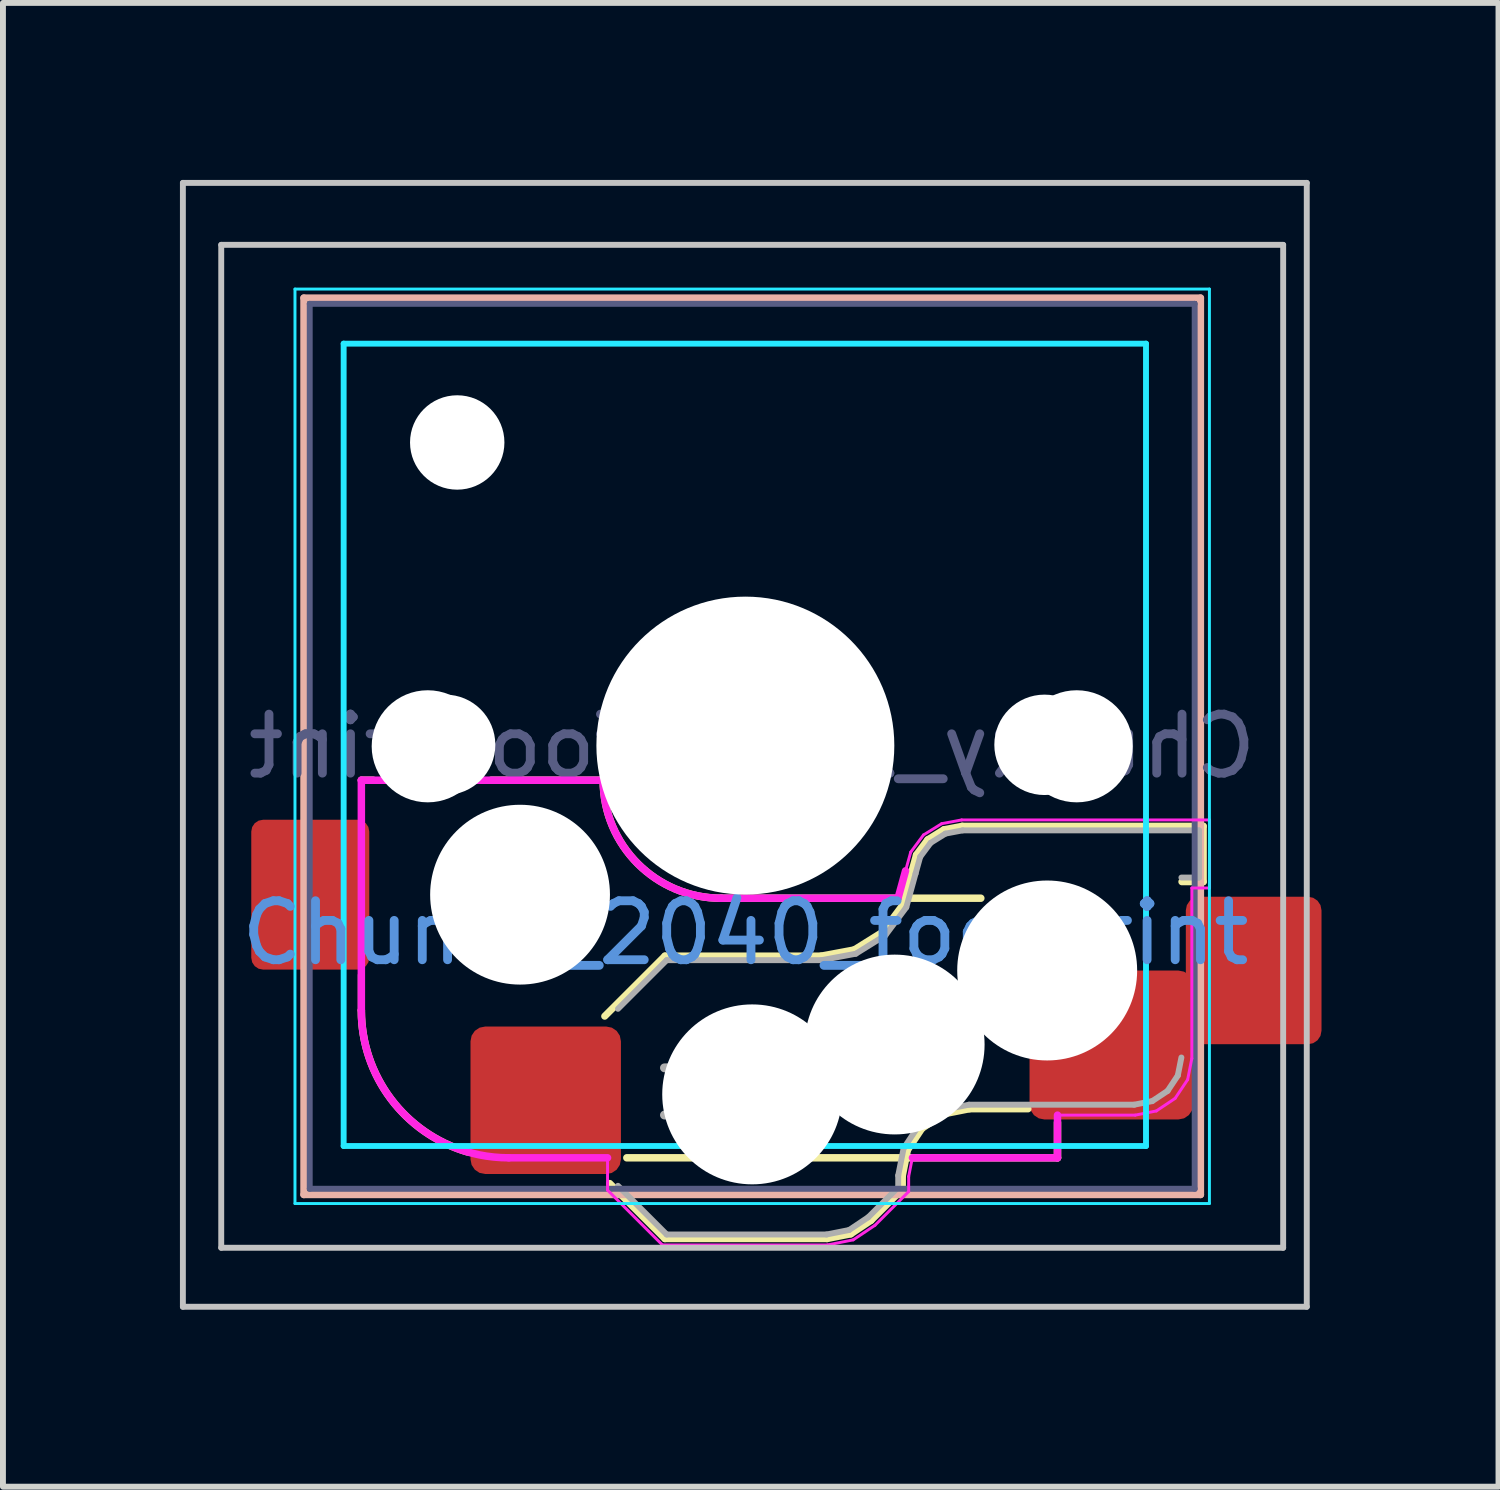
<source format=kicad_pcb>
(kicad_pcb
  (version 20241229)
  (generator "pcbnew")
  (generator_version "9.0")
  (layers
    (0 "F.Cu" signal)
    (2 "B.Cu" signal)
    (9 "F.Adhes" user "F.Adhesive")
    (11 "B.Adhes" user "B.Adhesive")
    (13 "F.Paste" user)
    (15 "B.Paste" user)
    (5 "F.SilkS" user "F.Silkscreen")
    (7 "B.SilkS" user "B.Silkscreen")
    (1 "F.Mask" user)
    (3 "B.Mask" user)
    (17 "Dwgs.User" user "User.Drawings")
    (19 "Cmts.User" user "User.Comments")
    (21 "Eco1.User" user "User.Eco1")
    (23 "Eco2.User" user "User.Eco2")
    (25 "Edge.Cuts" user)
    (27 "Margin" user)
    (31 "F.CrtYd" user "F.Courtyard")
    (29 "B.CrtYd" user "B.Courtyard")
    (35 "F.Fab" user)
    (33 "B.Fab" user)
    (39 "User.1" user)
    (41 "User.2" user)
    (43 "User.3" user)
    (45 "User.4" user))
  (footprint "Chunky_2040_footprint"
    (layer "F.Cu")
    (at 9.584 9.588)
    (property "Reference" "Chunky_2040_footprint" (at 0 3.175 0) (layer "Cmts.User") (effects (font (size 1 1) (thickness 0.15))))
    (attr smd)
    (fp_line (start -6.509 4.487) (end -6.509 3.887) (stroke (width 0.12) (type solid)) (layer "F.SilkS"))
    (fp_line (start -6.509 0.587) (end -6.309 0.587) (stroke (width 0.127) (type solid)) (layer "F.SilkS"))
    (fp_line (start -4.309 0.587) (end -2.409 0.587) (stroke (width 0.127) (type solid)) (layer "F.SilkS"))
    (fp_line (start -2.3 7.421) (end -1.363 8.358) (stroke (width 0.12) (type solid)) (layer "F.SilkS"))
    (fp_line (start -1.363 8.358) (end 1.384 8.358) (stroke (width 0.12) (type solid)) (layer "F.SilkS"))
    (fp_line (start -1.363 3.566) (end -2.384 4.587) (stroke (width 0.12) (type solid)) (layer "F.SilkS"))
    (fp_line (start -0.409 2.587) (end 3.991 2.587) (stroke (width 0.127) (type solid)) (layer "F.SilkS"))
    (fp_line (start 1.284 3.566) (end -1.363 3.566) (stroke (width 0.12) (type solid)) (layer "F.SilkS"))
    (fp_line (start 1.384 8.358) (end 1.787 8.278) (stroke (width 0.12) (type solid)) (layer "F.SilkS"))
    (fp_line (start 1.787 8.278) (end 2.129 8.049) (stroke (width 0.12) (type solid)) (layer "F.SilkS"))
    (fp_line (start 1.846 3.461) (end 1.284 3.566) (stroke (width 0.12) (type solid)) (layer "F.SilkS"))
    (fp_line (start 2.129 8.049) (end 2.662 7.516) (stroke (width 0.12) (type solid)) (layer "F.SilkS"))
    (fp_line (start 2.325 3.162) (end 1.846 3.461) (stroke (width 0.12) (type solid)) (layer "F.SilkS"))
    (fp_line (start 2.662 7.516) (end 2.662 7.294) (stroke (width 0.12) (type solid)) (layer "F.SilkS"))
    (fp_line (start 2.662 7.294) (end 2.749 6.856) (stroke (width 0.12) (type solid)) (layer "F.SilkS"))
    (fp_line (start 2.663 2.709) (end 2.325 3.162) (stroke (width 0.12) (type solid)) (layer "F.SilkS"))
    (fp_line (start 2.749 6.856) (end 2.993 6.489) (stroke (width 0.12) (type solid)) (layer "F.SilkS"))
    (fp_line (start 2.817 2.151) (end 2.663 2.709) (stroke (width 0.12) (type solid)) (layer "F.SilkS"))
    (fp_line (start 2.899 1.853) (end 2.817 2.151) (stroke (width 0.12) (type solid)) (layer "F.SilkS"))
    (fp_line (start 2.993 6.489) (end 3.36 6.245) (stroke (width 0.12) (type solid)) (layer "F.SilkS"))
    (fp_line (start 3.092 1.595) (end 2.899 1.853) (stroke (width 0.12) (type solid)) (layer "F.SilkS"))
    (fp_line (start 3.36 6.245) (end 3.798 6.158) (stroke (width 0.12) (type solid)) (layer "F.SilkS"))
    (fp_line (start 3.366 1.425) (end 3.092 1.595) (stroke (width 0.12) (type solid)) (layer "F.SilkS"))
    (fp_line (start 3.676 1.366) (end 3.366 1.425) (stroke (width 0.12) (type solid)) (layer "F.SilkS"))
    (fp_line (start 3.798 6.158) (end 4.791 6.158) (stroke (width 0.12) (type solid)) (layer "F.SilkS"))
    (fp_line (start 5.291 6.987) (end -2.009 6.987) (stroke (width 0.127) (type solid)) (layer "F.SilkS"))
    (fp_line (start 5.291 6.987) (end 5.291 6.387) (stroke (width 0.127) (type solid)) (layer "F.SilkS"))
    (fp_line (start 7.399 2.308) (end 7.762 2.308) (stroke (width 0.12) (type solid)) (layer "F.SilkS"))
    (fp_line (start 7.762 1.366) (end 3.676 1.366) (stroke (width 0.12) (type solid)) (layer "F.SilkS"))
    (fp_line (start 7.762 2.308) (end 7.762 1.366) (stroke (width 0.12) (type solid)) (layer "F.SilkS"))
    (fp_arc (start -4.709287 6.887307) (mid -6.009287 5.987306) (end -6.50929 4.487306) (stroke (width 0.127) (type solid)) (layer "F.SilkS"))
    (fp_arc (start -0.40929 2.587305) (mid -1.823502 2.00152) (end -2.409289 0.587309) (stroke (width 0.127) (type solid)) (layer "F.SilkS"))
    (fp_line (start -7.484 -7.588) (end 7.716 -7.588) (stroke (width 0.12) (type solid)) (layer "B.SilkS"))
    (fp_line (start -7.484 7.612) (end -7.484 -7.588) (stroke (width 0.12) (type solid)) (layer "B.SilkS"))
    (fp_line (start 7.716 -7.588) (end 7.716 7.612) (stroke (width 0.12) (type solid)) (layer "B.SilkS"))
    (fp_line (start 7.716 7.612) (end -7.484 7.612) (stroke (width 0.12) (type solid)) (layer "B.SilkS"))
    (fp_line (start -9.534 -9.538) (end -9.534 9.512) (stroke (width 0.1) (type solid)) (layer "Dwgs.User"))
    (fp_line (start -8.884 8.512) (end -8.884 -8.488) (stroke (width 0.1) (type solid)) (layer "Dwgs.User"))
    (fp_line (start -8.884 -8.488) (end 9.116 -8.488) (stroke (width 0.1) (type solid)) (layer "Dwgs.User"))
    (fp_line (start 9.116 -8.488) (end 9.116 8.512) (stroke (width 0.1) (type solid)) (layer "Dwgs.User"))
    (fp_line (start 9.116 8.512) (end -8.884 8.512) (stroke (width 0.1) (type solid)) (layer "Dwgs.User"))
    (fp_line (start 9.516 9.512) (end -9.534 9.512) (stroke (width 0.1) (type solid)) (layer "Dwgs.User"))
    (fp_line (start 9.516 9.512) (end 9.516 -9.538) (stroke (width 0.1) (type solid)) (layer "Dwgs.User"))
    (fp_line (start 9.516 -9.538) (end -9.534 -9.538) (stroke (width 0.1) (type solid)) (layer "Dwgs.User"))
    (fp_line (start -7.134 7.262) (end -7.134 -7.238) (stroke (width 0.1) (type solid)) (layer "Eco1.User"))
    (fp_line (start -7.134 -7.238) (end 7.366 -7.238) (stroke (width 0.1) (type solid)) (layer "Eco1.User"))
    (fp_line (start -7.009 6.487) (end -7.009 -6.513) (stroke (width 0.1) (type solid)) (layer "Eco1.User"))
    (fp_line (start -6.509 -7.013) (end 6.491 -7.013) (stroke (width 0.1) (type solid)) (layer "Eco1.User"))
    (fp_line (start 6.491 6.987) (end -6.509 6.987) (stroke (width 0.1) (type solid)) (layer "Eco1.User"))
    (fp_line (start 6.991 -6.513) (end 6.991 6.487) (stroke (width 0.1) (type solid)) (layer "Eco1.User"))
    (fp_line (start 7.366 -7.238) (end 7.366 7.262) (stroke (width 0.1) (type solid)) (layer "Eco1.User"))
    (fp_line (start 7.366 7.262) (end -7.134 7.262) (stroke (width 0.1) (type solid)) (layer "Eco1.User"))
    (fp_arc (start -7.009284 -6.512692) (mid -6.862838 -6.866244) (end -6.509289 -7.012695) (stroke (width 0.1) (type solid)) (layer "Eco1.User"))
    (fp_arc (start -6.509286 6.987304) (mid -6.862838 6.840857) (end -7.009287 6.487307) (stroke (width 0.1) (type solid)) (layer "Eco1.User"))
    (fp_arc (start 6.490708 -7.012692) (mid 6.844252 -6.866243) (end 6.990715 -6.512696) (stroke (width 0.1) (type solid)) (layer "Eco1.User"))
    (fp_arc (start 6.990712 6.487304) (mid 6.844266 6.840858) (end 6.490716 6.987309) (stroke (width 0.1) (type solid)) (layer "Eco1.User"))
    (fp_line (start -7.634 -7.738) (end 7.866 -7.738) (stroke (width 0.05) (type solid)) (layer "B.CrtYd"))
    (fp_line (start -7.634 7.762) (end -7.634 -7.738) (stroke (width 0.05) (type solid)) (layer "B.CrtYd"))
    (fp_line (start -6.809 -6.813) (end -6.809 6.787) (stroke (width 0.1) (type solid)) (layer "B.CrtYd"))
    (fp_line (start -6.809 -6.813) (end 6.791 -6.813) (stroke (width 0.1) (type solid)) (layer "B.CrtYd"))
    (fp_line (start 6.791 6.787) (end -6.809 6.787) (stroke (width 0.1) (type solid)) (layer "B.CrtYd"))
    (fp_line (start 6.791 6.787) (end 6.791 -6.813) (stroke (width 0.1) (type solid)) (layer "B.CrtYd"))
    (fp_line (start 7.866 7.762) (end -7.634 7.762) (stroke (width 0.05) (type solid)) (layer "B.CrtYd"))
    (fp_line (start 7.866 -7.738) (end 7.866 7.762) (stroke (width 0.05) (type solid)) (layer "B.CrtYd"))
    (fp_line (start -6.509 4.487) (end -6.509 0.587) (stroke (width 0.127) (type solid)) (layer "F.CrtYd"))
    (fp_line (start -6.509 0.587) (end -2.409 0.587) (stroke (width 0.127) (type solid)) (layer "F.CrtYd"))
    (fp_line (start -2.336 6.987) (end -4.009 6.987) (stroke (width 0.127) (type solid)) (layer "F.CrtYd"))
    (fp_line (start -2.336 7.535) (end -2.336 6.98) (stroke (width 0.05) (type default)) (layer "F.CrtYd"))
    (fp_line (start -2.336 7.535) (end -1.407 8.464) (stroke (width 0.05) (type solid)) (layer "F.CrtYd"))
    (fp_line (start -1.407 8.464) (end 1.394 8.464) (stroke (width 0.05) (type solid)) (layer "F.CrtYd"))
    (fp_line (start -0.409 2.587) (end 2.59 2.587) (stroke (width 0.127) (type solid)) (layer "F.CrtYd"))
    (fp_line (start 1.394 8.464) (end 1.828 8.378) (stroke (width 0.05) (type solid)) (layer "F.CrtYd"))
    (fp_line (start 1.828 8.378) (end 2.197 8.131) (stroke (width 0.05) (type solid)) (layer "F.CrtYd"))
    (fp_line (start 2.197 8.131) (end 2.768 7.56) (stroke (width 0.05) (type solid)) (layer "F.CrtYd"))
    (fp_line (start 2.715 2.123) (end 2.59 2.58) (stroke (width 0.127) (type solid)) (layer "F.CrtYd"))
    (fp_line (start 2.768 7.304) (end 2.832 6.98) (stroke (width 0.05) (type solid)) (layer "F.CrtYd"))
    (fp_line (start 2.768 7.56) (end 2.768 7.304) (stroke (width 0.05) (type solid)) (layer "F.CrtYd"))
    (fp_line (start 2.803 1.806) (end 2.715 2.123) (stroke (width 0.05) (type solid)) (layer "F.CrtYd"))
    (fp_line (start 3.019 1.515) (end 2.803 1.806) (stroke (width 0.05) (type solid)) (layer "F.CrtYd"))
    (fp_line (start 3.327 1.324) (end 3.019 1.515) (stroke (width 0.05) (type solid)) (layer "F.CrtYd"))
    (fp_line (start 3.666 1.26) (end 3.327 1.324) (stroke (width 0.05) (type solid)) (layer "F.CrtYd"))
    (fp_line (start 5.29 6.264) (end 6.608 6.264) (stroke (width 0.05) (type solid)) (layer "F.CrtYd"))
    (fp_line (start 5.29 6.987) (end 5.291 6.264) (stroke (width 0.127) (type solid)) (layer "F.CrtYd"))
    (fp_line (start 5.291 6.987) (end 2.832 6.987) (stroke (width 0.127) (type solid)) (layer "F.CrtYd"))
    (fp_line (start 6.608 6.264) (end 6.966 6.193) (stroke (width 0.05) (type solid)) (layer "F.CrtYd"))
    (fp_line (start 6.966 6.193) (end 7.284 5.98) (stroke (width 0.05) (type solid)) (layer "F.CrtYd"))
    (fp_line (start 7.284 5.98) (end 7.497 5.662) (stroke (width 0.05) (type solid)) (layer "F.CrtYd"))
    (fp_line (start 7.497 5.662) (end 7.568 5.304) (stroke (width 0.05) (type solid)) (layer "F.CrtYd"))
    (fp_line (start 7.568 2.414) (end 7.868 2.414) (stroke (width 0.05) (type solid)) (layer "F.CrtYd"))
    (fp_line (start 7.568 5.304) (end 7.568 2.414) (stroke (width 0.05) (type solid)) (layer "F.CrtYd"))
    (fp_line (start 7.868 1.26) (end 3.666 1.26) (stroke (width 0.05) (type solid)) (layer "F.CrtYd"))
    (fp_line (start 7.868 2.414) (end 7.868 1.26) (stroke (width 0.05) (type solid)) (layer "F.CrtYd"))
    (fp_arc (start -4.009287 6.987305) (mid -5.777053 6.255071) (end -6.50929 4.487306) (stroke (width 0.127) (type solid)) (layer "F.CrtYd"))
    (fp_arc (start -0.40929 2.587305) (mid -1.823502 2.00152) (end -2.409289 0.587309) (stroke (width 0.127) (type solid)) (layer "F.CrtYd"))
    (fp_line (start -7.384 -7.488) (end 7.616 -7.488) (stroke (width 0.1) (type solid)) (layer "B.Fab"))
    (fp_line (start -7.384 7.512) (end -7.384 -7.488) (stroke (width 0.1) (type solid)) (layer "B.Fab"))
    (fp_line (start 7.616 7.512) (end -7.384 7.512) (stroke (width 0.1) (type solid)) (layer "B.Fab"))
    (fp_line (start 7.616 -7.488) (end 7.616 7.512) (stroke (width 0.1) (type solid)) (layer "B.Fab"))
    (fp_line (start -2.159 7.462) (end -1.334 8.287) (stroke (width 0.1) (type solid)) (layer "F.Fab"))
    (fp_line (start -1.334 3.637) (end -2.159 4.462) (stroke (width 0.1) (type solid)) (layer "F.Fab"))
    (fp_line (start -1.334 8.287) (end 1.377 8.287) (stroke (width 0.1) (type solid)) (layer "F.Fab"))
    (fp_line (start 1.291 3.637) (end -1.334 3.637) (stroke (width 0.1) (type solid)) (layer "F.Fab"))
    (fp_line (start 1.377 8.287) (end 1.759 8.211) (stroke (width 0.1) (type solid)) (layer "F.Fab"))
    (fp_line (start 1.759 8.211) (end 2.084 7.994) (stroke (width 0.1) (type solid)) (layer "F.Fab"))
    (fp_line (start 1.872 3.528) (end 1.291 3.637) (stroke (width 0.1) (type solid)) (layer "F.Fab"))
    (fp_line (start 2.084 7.994) (end 2.591 7.487) (stroke (width 0.1) (type solid)) (layer "F.Fab"))
    (fp_line (start 2.374 3.215) (end 1.872 3.528) (stroke (width 0.1) (type solid)) (layer "F.Fab"))
    (fp_line (start 2.591 7.487) (end 2.591 7.287) (stroke (width 0.1) (type solid)) (layer "F.Fab"))
    (fp_line (start 2.591 7.287) (end 2.682 6.828) (stroke (width 0.1) (type solid)) (layer "F.Fab"))
    (fp_line (start 2.682 6.828) (end 2.942 6.438) (stroke (width 0.1) (type solid)) (layer "F.Fab"))
    (fp_line (start 2.728 2.741) (end 2.374 3.215) (stroke (width 0.1) (type solid)) (layer "F.Fab"))
    (fp_line (start 2.885 2.17) (end 2.728 2.741) (stroke (width 0.1) (type solid)) (layer "F.Fab"))
    (fp_line (start 2.942 6.438) (end 3.332 6.178) (stroke (width 0.1) (type solid)) (layer "F.Fab"))
    (fp_line (start 2.964 1.885) (end 2.885 2.17) (stroke (width 0.1) (type solid)) (layer "F.Fab"))
    (fp_line (start 3.141 1.648) (end 2.964 1.885) (stroke (width 0.1) (type solid)) (layer "F.Fab"))
    (fp_line (start 3.332 6.178) (end 3.791 6.087) (stroke (width 0.1) (type solid)) (layer "F.Fab"))
    (fp_line (start 3.392 1.492) (end 3.141 1.648) (stroke (width 0.1) (type solid)) (layer "F.Fab"))
    (fp_line (start 3.683 1.437) (end 3.392 1.492) (stroke (width 0.1) (type solid)) (layer "F.Fab"))
    (fp_line (start 3.791 6.087) (end 6.591 6.087) (stroke (width 0.1) (type solid)) (layer "F.Fab"))
    (fp_line (start 6.591 6.087) (end 6.897 6.026) (stroke (width 0.1) (type solid)) (layer "F.Fab"))
    (fp_line (start 6.897 6.026) (end 7.157 5.853) (stroke (width 0.1) (type solid)) (layer "F.Fab"))
    (fp_line (start 7.157 5.853) (end 7.33 5.593) (stroke (width 0.1) (type solid)) (layer "F.Fab"))
    (fp_line (start 7.33 5.593) (end 7.391 5.287) (stroke (width 0.1) (type solid)) (layer "F.Fab"))
    (fp_line (start 7.391 2.237) (end 7.691 2.237) (stroke (width 0.1) (type solid)) (layer "F.Fab"))
    (fp_line (start 7.691 2.237) (end 7.691 1.437) (stroke (width 0.1) (type solid)) (layer "F.Fab"))
    (fp_line (start 7.691 1.437) (end 3.683 1.437) (stroke (width 0.1) (type solid)) (layer "F.Fab"))
    (fp_text user "${REFERENCE}" (at 0.116 0.012 0) (layer "B.Fab") (effects (font (size 1 1) (thickness 0.15)) (justify mirror)))
    (fp_text user "HOLE" (at 0 5.9 0) (layer "F.Fab") (effects (font (size 0.8 0.8) (thickness 0.15)) (justify mirror)))
    (pad "" np_thru_hole circle (at -5.384 0.012 180) (size 1.9 1.9) (drill 1.9) (layers "*.Cu" "*.Mask"))
    (pad "" np_thru_hole circle (at -5.089 -0.013 180) (size 1.702 1.702) (drill 1.702) (layers "*.Cu" "*.Mask"))
    (pad "" np_thru_hole circle (at -4.884 -5.138 180) (size 1.6 1.6) (drill 1.6) (layers "*.Cu" "*.Mask"))
    (pad "" np_thru_hole circle (at -3.819 2.527 270) (size 3.048 3.048) (drill 3.048) (layers "*.Cu" "*.Mask"))
    (pad "" np_thru_hole circle (at 0 0 180) (size 5.05 5.05) (drill 5.05) (layers "*.Cu" "*.Mask"))
    (pad "" np_thru_hole circle (at 0.116 5.912 180) (size 3.05 3.05) (drill 3.05) (layers "*.Cu" "*.Mask"))
    (pad "" np_thru_hole circle (at 2.531 5.067 180) (size 3.048 3.048) (drill 3.048) (layers "*.Cu" "*.Mask"))
    (pad "" np_thru_hole circle (at 5.071 -0.013 180) (size 1.702 1.702) (drill 1.702) (layers "*.Cu" "*.Mask"))
    (pad "" np_thru_hole circle (at 5.116 3.812 180) (size 3.05 3.05) (drill 3.05) (layers "*.Cu" "*.Mask"))
    (pad "" np_thru_hole circle (at 5.616 0.012 180) (size 1.9 1.9) (drill 1.9) (layers "*.Cu" "*.Mask"))
    (pad "1" smd roundrect (at 6.204 5.075 180) (size 2.774 2.525) (layers "F.Cu" "F.Mask" "F.Paste") (roundrect_rratio 0.1))
    (pad "1" smd roundrect (at 8.616 3.812 180) (size 2.3 2.5) (layers "F.Cu" "F.Mask" "F.Paste") (roundrect_rratio 0.1))
    (pad "2" smd roundrect (at -7.375 2.527 180) (size 2 2.54) (layers "F.Cu" "F.Mask" "F.Paste") (roundrect_rratio 0.1))
    (pad "2" smd roundrect (at -3.384 6.012 180) (size 2.55 2.5) (layers "F.Cu" "F.Mask" "F.Paste") (roundrect_rratio 0.1)))
  (gr_rect
    (start -3 -3)
    (end 22.35 22.15)
    (stroke (width 0.1) (type default))
    (fill no)
    (layer "Edge.Cuts")))
</source>
